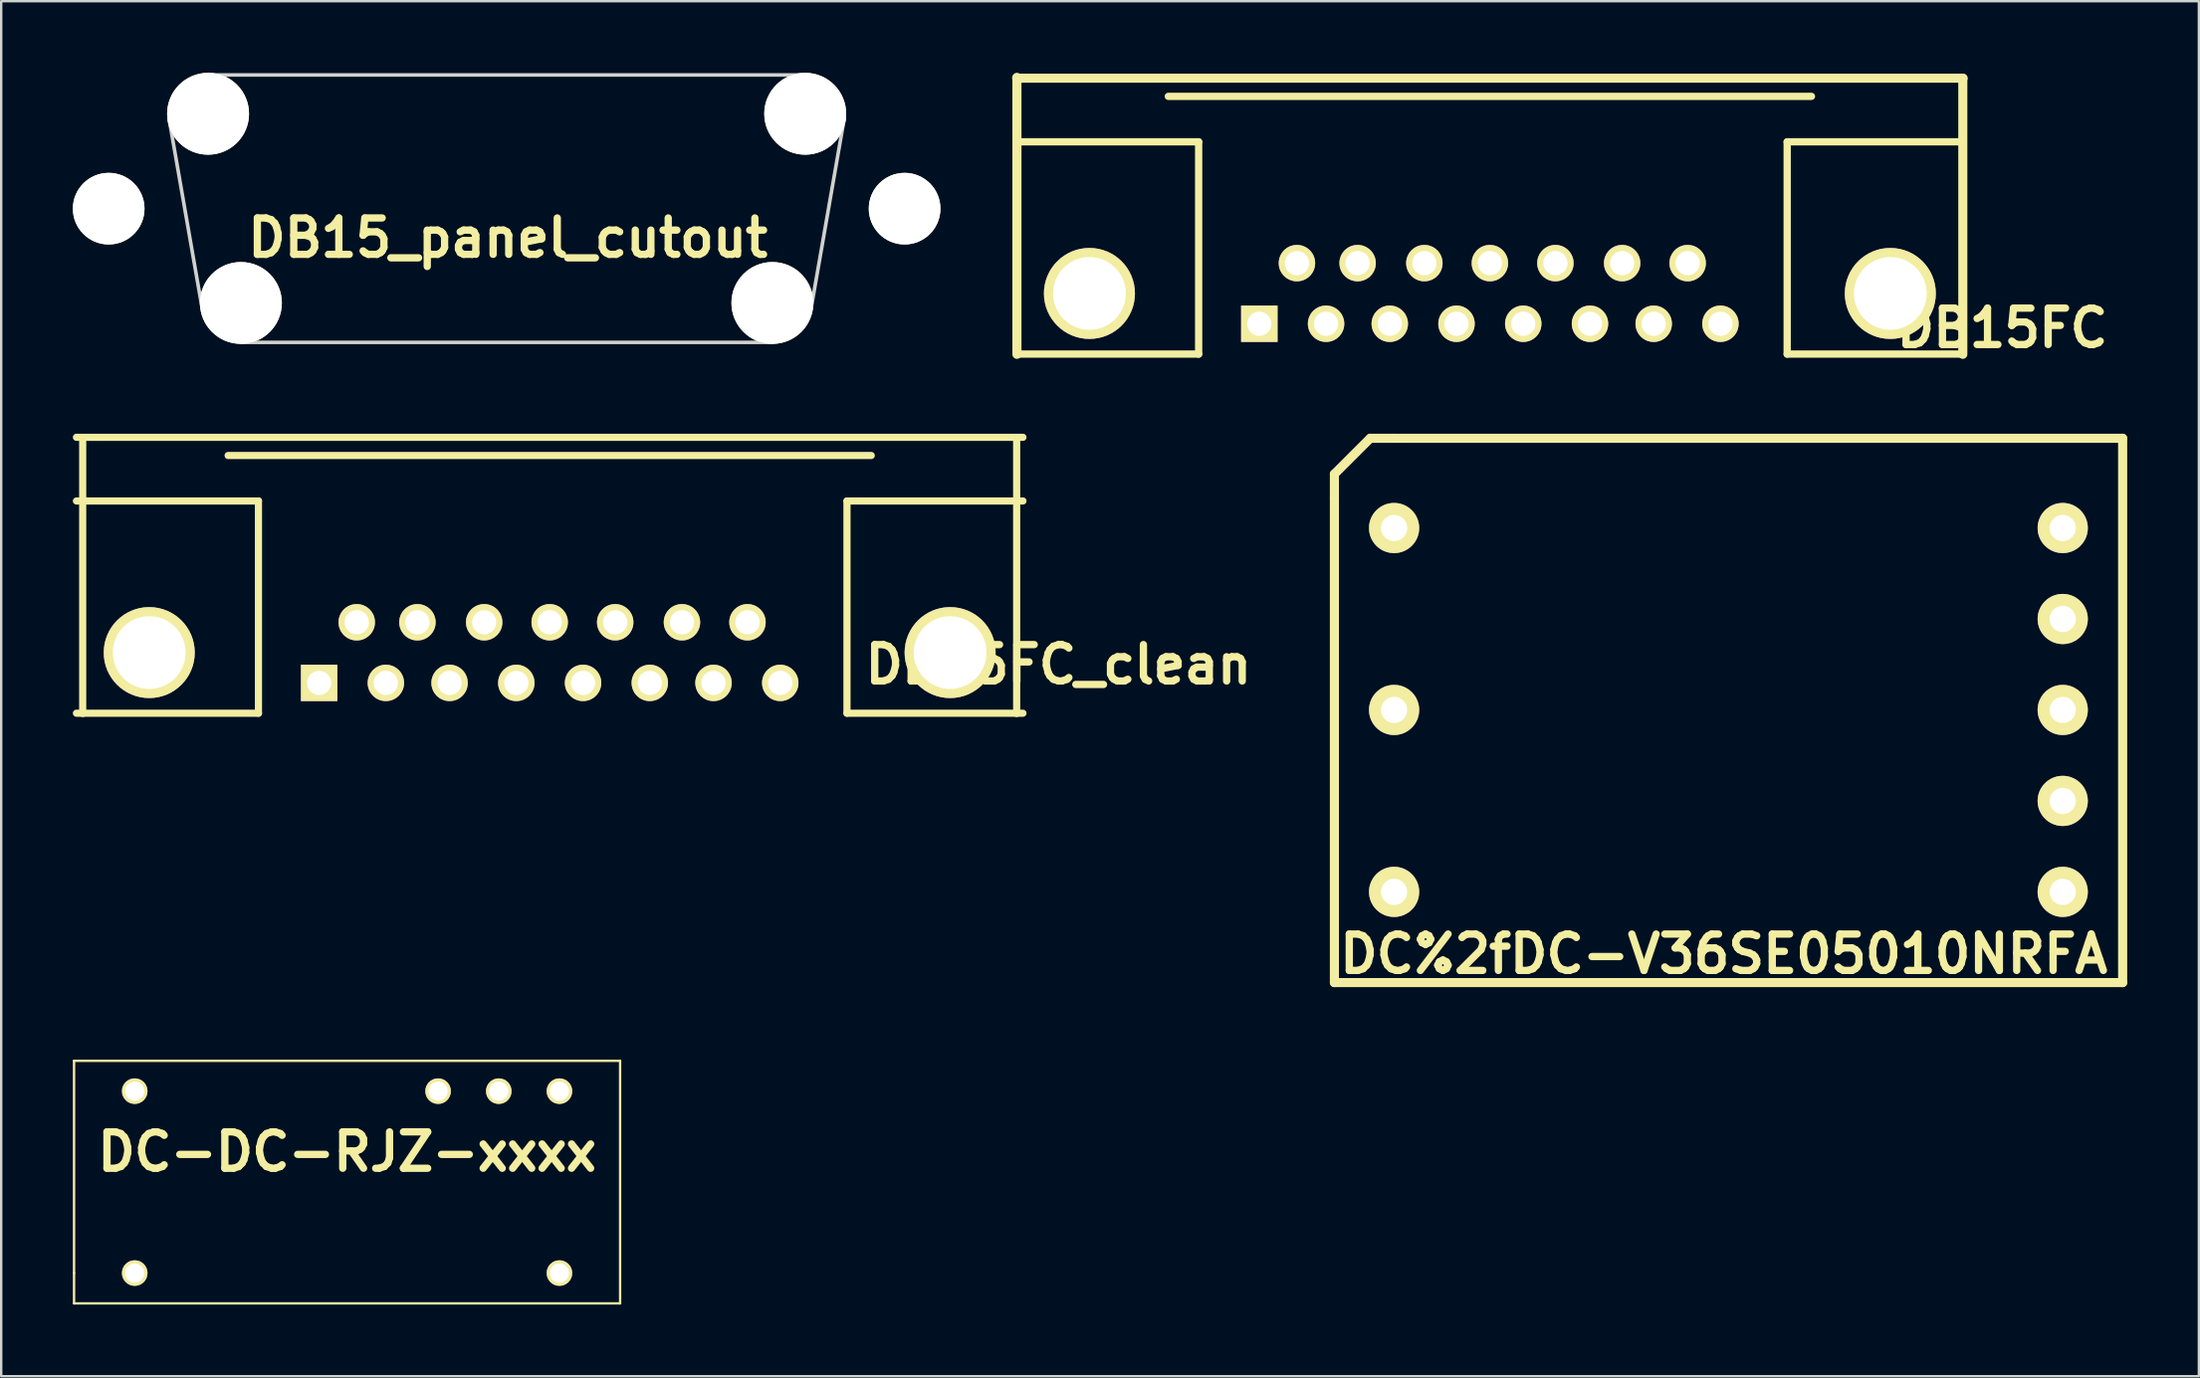
<source format=kicad_pcb>
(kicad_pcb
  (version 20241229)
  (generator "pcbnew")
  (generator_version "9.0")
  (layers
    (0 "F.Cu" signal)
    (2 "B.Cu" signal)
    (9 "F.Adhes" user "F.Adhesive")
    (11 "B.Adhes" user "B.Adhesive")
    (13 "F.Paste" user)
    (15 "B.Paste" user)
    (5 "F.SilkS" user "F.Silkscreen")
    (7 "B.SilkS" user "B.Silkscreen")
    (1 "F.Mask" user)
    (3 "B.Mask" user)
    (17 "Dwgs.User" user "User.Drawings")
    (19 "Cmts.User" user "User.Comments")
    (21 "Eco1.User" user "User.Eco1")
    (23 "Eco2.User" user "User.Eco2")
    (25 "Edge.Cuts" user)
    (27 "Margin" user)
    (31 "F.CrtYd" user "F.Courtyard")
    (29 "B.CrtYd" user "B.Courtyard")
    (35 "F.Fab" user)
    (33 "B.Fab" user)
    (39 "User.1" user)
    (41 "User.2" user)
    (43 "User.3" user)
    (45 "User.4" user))
  (footprint "DC-DC-RJZ-xxxx"
    (layer "F.Cu")
    (at 11.48 46.464)
    (property "Reference" "DC-DC-RJZ-xxxx" (at 0 -1.27 0) (layer "F.SilkS") (effects (font (size 1.524 1.524) (thickness 0.305))))
    (attr through_hole)
    (fp_line (start -11.43 -5.08) (end -11.43 3.81) (stroke (width 0.099) (type solid)) (layer "F.SilkS"))
    (fp_line (start -11.43 3.81) (end -11.43 5.08) (stroke (width 0.099) (type solid)) (layer "F.SilkS"))
    (fp_line (start -11.43 5.08) (end 11.43 5.08) (stroke (width 0.099) (type solid)) (layer "F.SilkS"))
    (fp_line (start 11.43 -5.08) (end -11.43 -5.08) (stroke (width 0.099) (type solid)) (layer "F.SilkS"))
    (fp_line (start 11.43 5.08) (end 11.43 -5.08) (stroke (width 0.099) (type solid)) (layer "F.SilkS"))
    (pad "1" thru_hole circle (at -8.89 3.81) (size 1.07 1.07) (drill 0.8) (layers "*.Cu" "*.Mask" "F.SilkS"))
    (pad "7" thru_hole circle (at 8.89 3.81) (size 1.07 1.07) (drill 0.8) (layers "*.Cu" "*.Mask" "F.SilkS"))
    (pad "8" thru_hole circle (at 8.89 -3.81) (size 1.07 1.07) (drill 0.8) (layers "*.Cu" "*.Mask" "F.SilkS"))
    (pad "9" thru_hole circle (at 6.35 -3.81) (size 1.07 1.07) (drill 0.8) (layers "*.Cu" "*.Mask" "F.SilkS"))
    (pad "10" thru_hole circle (at 3.81 -3.81) (size 1.07 1.07) (drill 0.8) (layers "*.Cu" "*.Mask" "F.SilkS"))
    (pad "14" thru_hole circle (at -8.89 -3.81) (size 1.07 1.07) (drill 0.8) (layers "*.Cu" "*.Mask" "F.SilkS")))
  (footprint "DC%2fDC-V36SE05010NRFA"
    (layer "F.Cu")
    (at 55.312 34.307)
    (property "Reference" "DC%2fDC-V36SE05010NRFA" (at 13.8 2.601 0) (layer "F.SilkS") (effects (font (size 1.524 1.524) (thickness 0.305))))
    (attr through_hole)
    (fp_line (start -2.499 -17.501) (end -2.499 -16.5) (stroke (width 0.381) (type solid)) (layer "F.SilkS"))
    (fp_line (start -2.499 -16.5) (end -2.499 3.8) (stroke (width 0.381) (type solid)) (layer "F.SilkS"))
    (fp_line (start -2.499 3.8) (end 30.5 3.8) (stroke (width 0.381) (type solid)) (layer "F.SilkS"))
    (fp_line (start -1.001 -18.999) (end -2.499 -17.501) (stroke (width 0.381) (type solid)) (layer "F.SilkS"))
    (fp_line (start 0 -18.999) (end -1.001 -18.999) (stroke (width 0.381) (type solid)) (layer "F.SilkS"))
    (fp_line (start 30.5 -18.999) (end 0 -18.999) (stroke (width 0.381) (type solid)) (layer "F.SilkS"))
    (fp_line (start 30.5 3.8) (end 30.5 -18.999) (stroke (width 0.381) (type solid)) (layer "F.SilkS"))
    (pad "1" thru_hole circle (at 0 -15.24) (size 2.101 2.101) (drill 1.1) (layers "*.Cu" "*.Mask" "F.SilkS"))
    (pad "2" thru_hole circle (at 0 -7.62) (size 2.101 2.101) (drill 1.1) (layers "*.Cu" "*.Mask" "F.SilkS"))
    (pad "3" thru_hole circle (at 0 0) (size 2.101 2.101) (drill 1.1) (layers "*.Cu" "*.Mask" "F.SilkS"))
    (pad "4" thru_hole circle (at 27.991 0) (size 2.101 2.101) (drill 1.1) (layers "*.Cu" "*.Mask" "F.SilkS"))
    (pad "5" thru_hole circle (at 27.991 -3.81) (size 2.101 2.101) (drill 1.1) (layers "*.Cu" "*.Mask" "F.SilkS"))
    (pad "6" thru_hole circle (at 27.991 -7.62) (size 2.101 2.101) (drill 1.1) (layers "*.Cu" "*.Mask" "F.SilkS"))
    (pad "7" thru_hole circle (at 27.991 -11.43) (size 2.101 2.101) (drill 1.1) (layers "*.Cu" "*.Mask" "F.SilkS"))
    (pad "8" thru_hole circle (at 27.991 -15.24) (size 2.101 2.101) (drill 1.1) (layers "*.Cu" "*.Mask" "F.SilkS")))
  (footprint "DB15FC_clean"
    (layer "F.Cu")
    (at 19.962 24.284)
    (property "Reference" "DB15FC_clean" (at 21.3 0.5 0) (layer "F.SilkS") (effects (font (size 1.524 1.524) (thickness 0.305))))
    (attr through_hole)
    (fp_line (start -19.812 -6.35) (end -12.192 -6.35) (stroke (width 0.3) (type solid)) (layer "F.SilkS"))
    (fp_line (start -19.812 2.54) (end -12.192 2.54) (stroke (width 0.3) (type solid)) (layer "F.SilkS"))
    (fp_line (start -19.55 2.55) (end -19.55 -8.999) (stroke (width 0.3) (type solid)) (layer "F.SilkS"))
    (fp_line (start -12.192 -6.35) (end -12.192 2.54) (stroke (width 0.3) (type solid)) (layer "F.SilkS"))
    (fp_line (start 12.446 -6.35) (end 19.812 -6.35) (stroke (width 0.3) (type solid)) (layer "F.SilkS"))
    (fp_line (start 12.446 2.54) (end 12.446 -6.35) (stroke (width 0.3) (type solid)) (layer "F.SilkS"))
    (fp_line (start 13.462 -8.255) (end -13.462 -8.255) (stroke (width 0.3) (type solid)) (layer "F.SilkS"))
    (fp_line (start 19.55 2.55) (end 19.55 -8.999) (stroke (width 0.3) (type solid)) (layer "F.SilkS"))
    (fp_line (start 19.812 -9.017) (end -19.812 -9.017) (stroke (width 0.3) (type solid)) (layer "F.SilkS"))
    (fp_line (start 19.812 2.54) (end 12.446 2.54) (stroke (width 0.3) (type solid)) (layer "F.SilkS"))
    (pad "" thru_hole circle (at -16.764 0) (size 3.81 3.81) (drill 3.048) (layers "*.Cu" "*.Mask" "F.SilkS"))
    (pad "" thru_hole circle (at 16.764 0) (size 3.81 3.81) (drill 3.048) (layers "*.Cu" "*.Mask" "F.SilkS"))
    (pad "1" thru_hole rect (at -9.652 1.27) (size 1.524 1.524) (drill 1.016) (layers "*.Cu" "*.Mask" "F.SilkS"))
    (pad "2" thru_hole circle (at -6.858 1.27) (size 1.524 1.524) (drill 1.016) (layers "*.Cu" "*.Mask" "F.SilkS"))
    (pad "3" thru_hole circle (at -4.191 1.27) (size 1.524 1.524) (drill 1.016) (layers "*.Cu" "*.Mask" "F.SilkS"))
    (pad "4" thru_hole circle (at -1.397 1.27) (size 1.524 1.524) (drill 1.016) (layers "*.Cu" "*.Mask" "F.SilkS"))
    (pad "5" thru_hole circle (at 1.397 1.27) (size 1.524 1.524) (drill 1.016) (layers "*.Cu" "*.Mask" "F.SilkS"))
    (pad "6" thru_hole circle (at 4.191 1.27) (size 1.524 1.524) (drill 1.016) (layers "*.Cu" "*.Mask" "F.SilkS"))
    (pad "7" thru_hole circle (at 6.858 1.27) (size 1.524 1.524) (drill 1.016) (layers "*.Cu" "*.Mask" "F.SilkS"))
    (pad "8" thru_hole circle (at 9.652 1.27) (size 1.524 1.524) (drill 1.016) (layers "*.Cu" "*.Mask" "F.SilkS"))
    (pad "9" thru_hole circle (at -8.077 -1.27) (size 1.524 1.524) (drill 1.016) (layers "*.Cu" "*.Mask" "F.SilkS"))
    (pad "10" thru_hole circle (at -5.537 -1.27) (size 1.524 1.524) (drill 1.016) (layers "*.Cu" "*.Mask" "F.SilkS"))
    (pad "11" thru_hole circle (at -2.743 -1.27) (size 1.524 1.524) (drill 1.016) (layers "*.Cu" "*.Mask" "F.SilkS"))
    (pad "12" thru_hole circle (at 0 -1.27) (size 1.524 1.524) (drill 1.016) (layers "*.Cu" "*.Mask" "F.SilkS"))
    (pad "13" thru_hole circle (at 2.743 -1.27) (size 1.524 1.524) (drill 1.016) (layers "*.Cu" "*.Mask" "F.SilkS"))
    (pad "14" thru_hole circle (at 5.537 -1.27) (size 1.524 1.524) (drill 1.016) (layers "*.Cu" "*.Mask" "F.SilkS"))
    (pad "15" thru_hole circle (at 8.28 -1.27) (size 1.524 1.524) (drill 1.016) (layers "*.Cu" "*.Mask" "F.SilkS")))
  (footprint "DB15_panel_cutout"
    (layer "F.Cu")
    (at 18.16 5.69)
    (property "Reference" "DB15_panel_cutout" (at 0.051 1.224 0) (layer "F.SilkS") (effects (font (size 1.524 1.524) (thickness 0.305))))
    (attr through_hole)
    (fp_line (start -14.125 -3.726) (end -12.499 -5.601) (stroke (width 0.15) (type solid)) (layer "Edge.Cuts"))
    (fp_line (start -12.751 4.15) (end -14.125 -3.726) (stroke (width 0.15) (type solid)) (layer "Edge.Cuts"))
    (fp_line (start -12.499 -5.601) (end 12.499 -5.601) (stroke (width 0.15) (type solid)) (layer "Edge.Cuts"))
    (fp_line (start -11.1 5.601) (end -12.751 4.15) (stroke (width 0.15) (type solid)) (layer "Edge.Cuts"))
    (fp_line (start -11.1 5.601) (end 11.125 5.601) (stroke (width 0.15) (type solid)) (layer "Edge.Cuts"))
    (fp_line (start 11.125 5.601) (end 12.751 4.15) (stroke (width 0.15) (type solid)) (layer "Edge.Cuts"))
    (fp_line (start 12.751 4.15) (end 14.125 -3.726) (stroke (width 0.15) (type solid)) (layer "Edge.Cuts"))
    (fp_line (start 14.125 -3.726) (end 12.499 -5.601) (stroke (width 0.15) (type solid)) (layer "Edge.Cuts"))
    (pad "" np_thru_hole circle (at -16.66 0) (size 3 3) (drill 3) (layers "*.Cu" "*.Mask" "F.SilkS"))
    (pad "" np_thru_hole circle (at -12.499 -3.975) (size 3.429 3.429) (drill 3.429) (layers "*.Cu" "*.Mask" "F.SilkS"))
    (pad "" np_thru_hole circle (at -11.125 3.95) (size 3.429 3.429) (drill 3.429) (layers "*.Cu" "*.Mask" "F.SilkS"))
    (pad "" np_thru_hole circle (at 11.125 3.95) (size 3.429 3.429) (drill 3.429) (layers "*.Cu" "*.Mask" "F.SilkS"))
    (pad "" np_thru_hole circle (at 12.499 -3.975) (size 3.429 3.429) (drill 3.429) (layers "*.Cu" "*.Mask" "F.SilkS"))
    (pad "" np_thru_hole circle (at 16.66 0) (size 3 3) (drill 3) (layers "*.Cu" "*.Mask" "F.SilkS")))
  (footprint "DB15FC"
    (layer "F.Cu")
    (at 59.322 9.241)
    (property "Reference" "DB15FC" (at 21.45 1.45 0) (layer "F.SilkS") (effects (font (size 1.524 1.524) (thickness 0.305))))
    (attr through_hole)
    (fp_line (start -19.812 -6.35) (end -12.192 -6.35) (stroke (width 0.305) (type solid)) (layer "F.SilkS"))
    (fp_line (start -19.812 2.54) (end -12.192 2.54) (stroke (width 0.305) (type solid)) (layer "F.SilkS"))
    (fp_line (start -19.799 2.55) (end -19.799 -9.05) (stroke (width 0.381) (type solid)) (layer "F.SilkS"))
    (fp_line (start -12.192 -6.35) (end -12.192 2.54) (stroke (width 0.305) (type solid)) (layer "F.SilkS"))
    (fp_line (start 12.446 -6.35) (end 19.812 -6.35) (stroke (width 0.305) (type solid)) (layer "F.SilkS"))
    (fp_line (start 12.446 2.54) (end 12.446 -6.35) (stroke (width 0.305) (type solid)) (layer "F.SilkS"))
    (fp_line (start 13.462 -8.255) (end -13.462 -8.255) (stroke (width 0.305) (type solid)) (layer "F.SilkS"))
    (fp_line (start 19.799 -8.999) (end 19.799 2.55) (stroke (width 0.381) (type solid)) (layer "F.SilkS"))
    (fp_line (start 19.812 -9.017) (end -19.812 -9.017) (stroke (width 0.381) (type solid)) (layer "F.SilkS"))
    (fp_line (start 19.812 2.54) (end 12.446 2.54) (stroke (width 0.305) (type solid)) (layer "F.SilkS"))
    (pad "" thru_hole circle (at -16.764 0) (size 3.81 3.81) (drill 3.048) (layers "*.Cu" "*.Mask" "F.SilkS"))
    (pad "" thru_hole circle (at 16.764 0) (size 3.81 3.81) (drill 3.048) (layers "*.Cu" "*.Mask" "F.SilkS"))
    (pad "1" thru_hole rect (at -9.652 1.27) (size 1.524 1.524) (drill 1.016) (layers "*.Cu" "*.Mask" "F.SilkS"))
    (pad "2" thru_hole circle (at -6.858 1.27) (size 1.524 1.524) (drill 1.016) (layers "*.Cu" "*.Mask" "F.SilkS"))
    (pad "3" thru_hole circle (at -4.191 1.27) (size 1.524 1.524) (drill 1.016) (layers "*.Cu" "*.Mask" "F.SilkS"))
    (pad "4" thru_hole circle (at -1.397 1.27) (size 1.524 1.524) (drill 1.016) (layers "*.Cu" "*.Mask" "F.SilkS"))
    (pad "5" thru_hole circle (at 1.397 1.27) (size 1.524 1.524) (drill 1.016) (layers "*.Cu" "*.Mask" "F.SilkS"))
    (pad "6" thru_hole circle (at 4.191 1.27) (size 1.524 1.524) (drill 1.016) (layers "*.Cu" "*.Mask" "F.SilkS"))
    (pad "7" thru_hole circle (at 6.858 1.27) (size 1.524 1.524) (drill 1.016) (layers "*.Cu" "*.Mask" "F.SilkS"))
    (pad "8" thru_hole circle (at 9.652 1.27) (size 1.524 1.524) (drill 1.016) (layers "*.Cu" "*.Mask" "F.SilkS"))
    (pad "9" thru_hole circle (at -8.077 -1.27) (size 1.524 1.524) (drill 1.016) (layers "*.Cu" "*.Mask" "F.SilkS"))
    (pad "10" thru_hole circle (at -5.537 -1.27) (size 1.524 1.524) (drill 1.016) (layers "*.Cu" "*.Mask" "F.SilkS"))
    (pad "11" thru_hole circle (at -2.743 -1.27) (size 1.524 1.524) (drill 1.016) (layers "*.Cu" "*.Mask" "F.SilkS"))
    (pad "12" thru_hole circle (at 0 -1.27) (size 1.524 1.524) (drill 1.016) (layers "*.Cu" "*.Mask" "F.SilkS"))
    (pad "13" thru_hole circle (at 2.743 -1.27) (size 1.524 1.524) (drill 1.016) (layers "*.Cu" "*.Mask" "F.SilkS"))
    (pad "14" thru_hole circle (at 5.537 -1.27) (size 1.524 1.524) (drill 1.016) (layers "*.Cu" "*.Mask" "F.SilkS"))
    (pad "15" thru_hole circle (at 8.28 -1.27) (size 1.524 1.524) (drill 1.016) (layers "*.Cu" "*.Mask" "F.SilkS")))
  (gr_rect
    (start -3 -3)
    (end 89.003 54.594)
    (stroke (width 0.1) (type default))
    (fill no)
    (layer "Edge.Cuts")))
</source>
